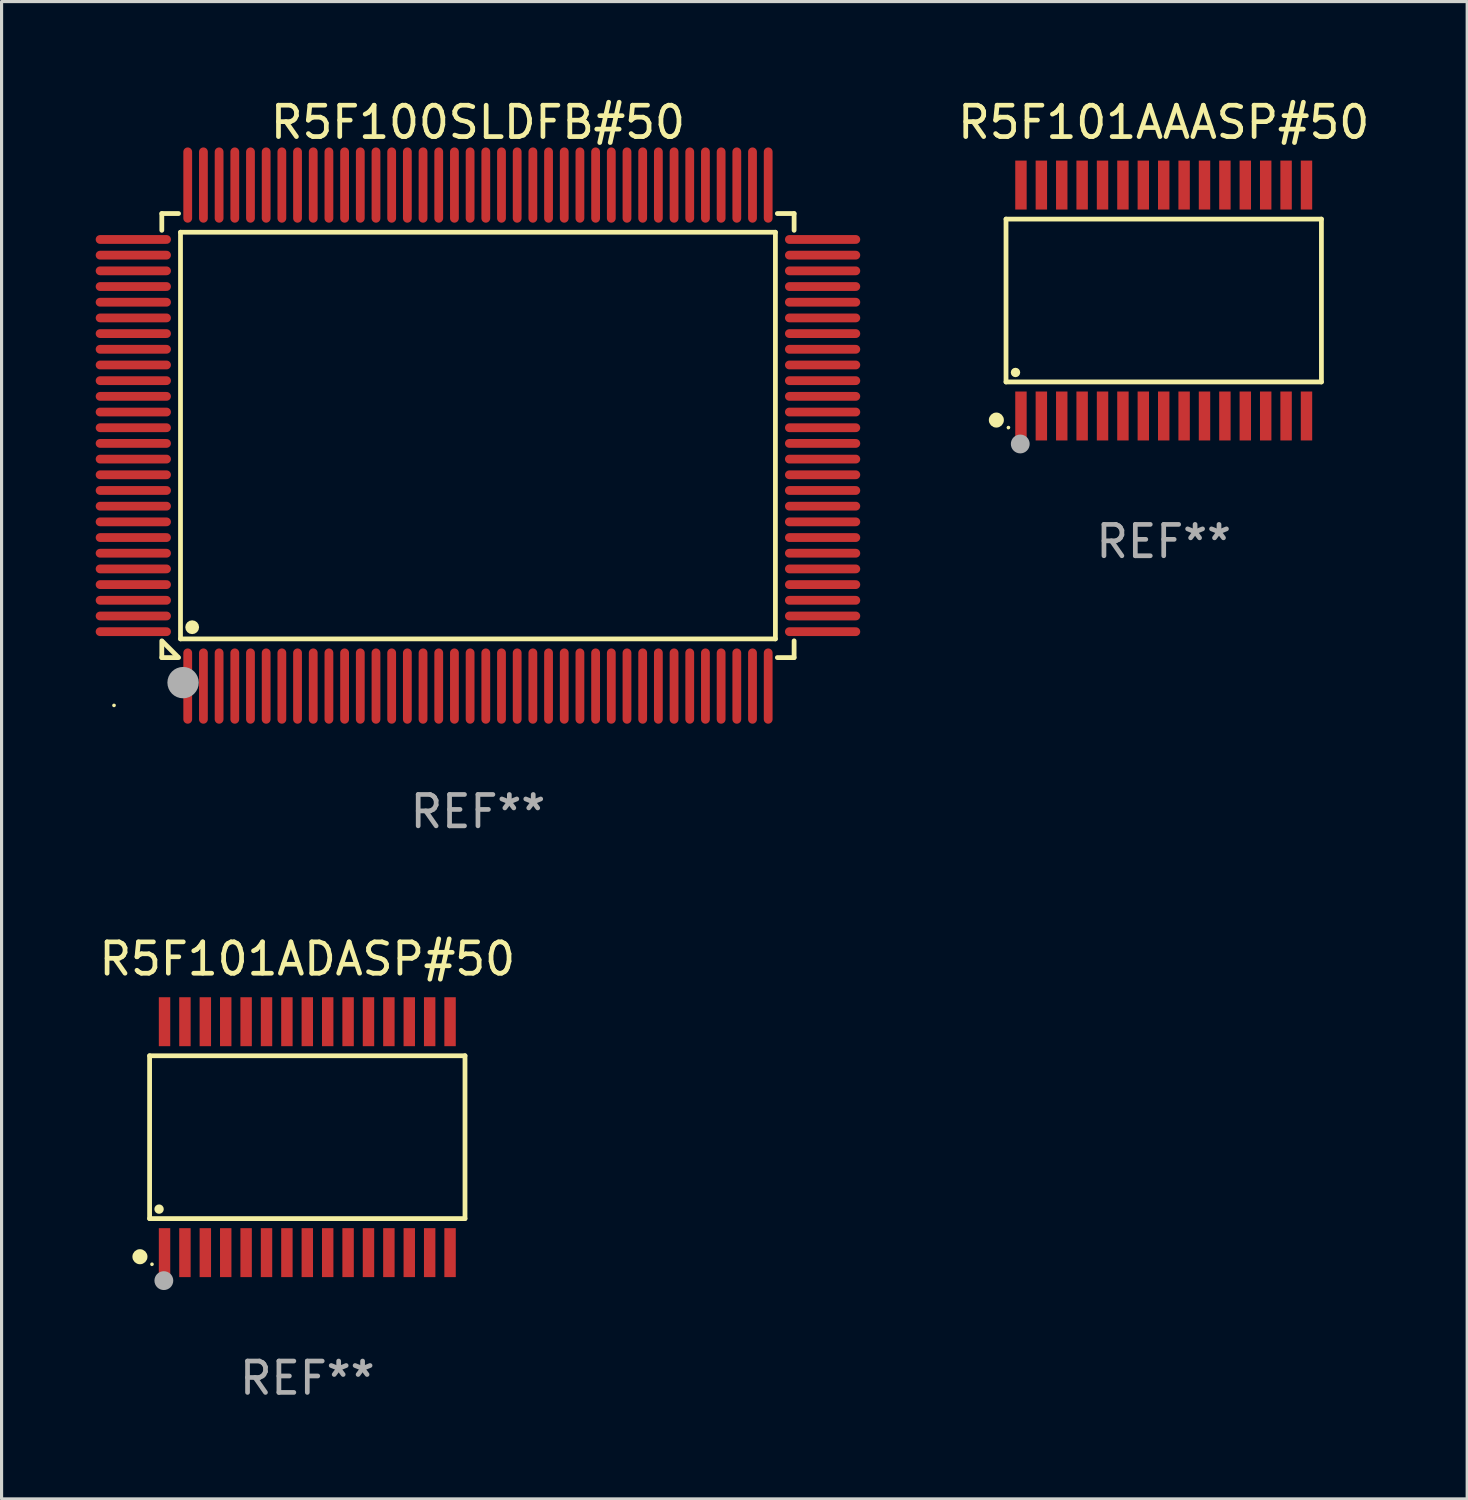
<source format=kicad_pcb>
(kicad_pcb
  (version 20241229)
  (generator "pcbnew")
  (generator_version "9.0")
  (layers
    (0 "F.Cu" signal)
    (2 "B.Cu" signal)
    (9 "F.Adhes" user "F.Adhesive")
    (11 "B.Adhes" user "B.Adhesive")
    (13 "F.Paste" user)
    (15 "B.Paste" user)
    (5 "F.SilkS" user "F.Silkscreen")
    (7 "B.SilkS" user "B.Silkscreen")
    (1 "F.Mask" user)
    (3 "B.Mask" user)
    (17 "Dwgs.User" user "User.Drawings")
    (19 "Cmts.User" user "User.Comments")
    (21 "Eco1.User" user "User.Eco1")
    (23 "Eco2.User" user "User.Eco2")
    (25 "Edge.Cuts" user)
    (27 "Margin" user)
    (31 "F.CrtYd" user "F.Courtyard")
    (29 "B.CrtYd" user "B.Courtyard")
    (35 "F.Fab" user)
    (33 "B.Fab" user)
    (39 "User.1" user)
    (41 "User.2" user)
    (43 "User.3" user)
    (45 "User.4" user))
  (footprint "R5F101AAASP#50"
    (layer "F.Cu")
    (at 34.039 6.528)
    (property "Reference" "R5F101AAASP#50" (at 0 -5.68 0) (layer "F.SilkS") (effects (font (size 1 1) (thickness 0.15))))
    (attr through_hole)
    (fp_line (start -5.026 -2.595) (end 5.026 -2.595) (stroke (width 0.152) (type solid)) (layer "F.SilkS"))
    (fp_line (start -5.026 2.595) (end -5.026 -2.595) (stroke (width 0.152) (type solid)) (layer "F.SilkS"))
    (fp_line (start 5.026 -2.595) (end 5.026 2.595) (stroke (width 0.152) (type solid)) (layer "F.SilkS"))
    (fp_line (start 5.026 2.595) (end -5.026 2.595) (stroke (width 0.152) (type solid)) (layer "F.SilkS"))
    (fp_circle (center -5.334 3.81) (end -5.214 3.81) (stroke (width 0.24) (type solid)) (fill no) (layer "F.SilkS"))
    (fp_circle (center -4.95 4.05) (end -4.92 4.05) (stroke (width 0.06) (type solid)) (fill no) (layer "F.SilkS"))
    (fp_circle (center -4.724 2.293) (end -4.649 2.293) (stroke (width 0.15) (type solid)) (fill no) (layer "F.SilkS"))
    (fp_circle (center -4.572 4.572) (end -4.422 4.572) (stroke (width 0.3) (type solid)) (fill no) (layer "F.Fab"))
    (fp_text user "REF**" (at 0 7.68 0) (layer "F.Fab") (effects (font (size 1 1) (thickness 0.15))))
    (pad "1" smd rect (at -4.55 3.68) (size 0.364 1.56) (layers "F.Cu" "F.Mask" "F.Paste"))
    (pad "2" smd rect (at -3.9 3.68) (size 0.364 1.56) (layers "F.Cu" "F.Mask" "F.Paste"))
    (pad "3" smd rect (at -3.25 3.68) (size 0.364 1.56) (layers "F.Cu" "F.Mask" "F.Paste"))
    (pad "4" smd rect (at -2.6 3.68) (size 0.364 1.56) (layers "F.Cu" "F.Mask" "F.Paste"))
    (pad "5" smd rect (at -1.95 3.68) (size 0.364 1.56) (layers "F.Cu" "F.Mask" "F.Paste"))
    (pad "6" smd rect (at -1.3 3.68) (size 0.364 1.56) (layers "F.Cu" "F.Mask" "F.Paste"))
    (pad "7" smd rect (at -0.65 3.68) (size 0.364 1.56) (layers "F.Cu" "F.Mask" "F.Paste"))
    (pad "8" smd rect (at -0.000013 3.68) (size 0.364 1.56) (layers "F.Cu" "F.Mask" "F.Paste"))
    (pad "9" smd rect (at 0.65 3.68) (size 0.364 1.56) (layers "F.Cu" "F.Mask" "F.Paste"))
    (pad "10" smd rect (at 1.3 3.68) (size 0.364 1.56) (layers "F.Cu" "F.Mask" "F.Paste"))
    (pad "11" smd rect (at 1.95 3.68) (size 0.364 1.56) (layers "F.Cu" "F.Mask" "F.Paste"))
    (pad "12" smd rect (at 2.6 3.68) (size 0.364 1.56) (layers "F.Cu" "F.Mask" "F.Paste"))
    (pad "13" smd rect (at 3.25 3.68) (size 0.364 1.56) (layers "F.Cu" "F.Mask" "F.Paste"))
    (pad "14" smd rect (at 3.9 3.68) (size 0.364 1.56) (layers "F.Cu" "F.Mask" "F.Paste"))
    (pad "15" smd rect (at 4.55 3.68) (size 0.364 1.56) (layers "F.Cu" "F.Mask" "F.Paste"))
    (pad "16" smd rect (at 4.55 -3.68) (size 0.364 1.56) (layers "F.Cu" "F.Mask" "F.Paste"))
    (pad "17" smd rect (at 3.9 -3.68) (size 0.364 1.56) (layers "F.Cu" "F.Mask" "F.Paste"))
    (pad "18" smd rect (at 3.25 -3.68) (size 0.364 1.56) (layers "F.Cu" "F.Mask" "F.Paste"))
    (pad "19" smd rect (at 2.6 -3.68) (size 0.364 1.56) (layers "F.Cu" "F.Mask" "F.Paste"))
    (pad "20" smd rect (at 1.95 -3.68) (size 0.364 1.56) (layers "F.Cu" "F.Mask" "F.Paste"))
    (pad "21" smd rect (at 1.3 -3.68) (size 0.364 1.56) (layers "F.Cu" "F.Mask" "F.Paste"))
    (pad "22" smd rect (at 0.65 -3.68) (size 0.364 1.56) (layers "F.Cu" "F.Mask" "F.Paste"))
    (pad "23" smd rect (at -0.000013 -3.68) (size 0.364 1.56) (layers "F.Cu" "F.Mask" "F.Paste"))
    (pad "24" smd rect (at -0.65 -3.68) (size 0.364 1.56) (layers "F.Cu" "F.Mask" "F.Paste"))
    (pad "25" smd rect (at -1.3 -3.68) (size 0.364 1.56) (layers "F.Cu" "F.Mask" "F.Paste"))
    (pad "26" smd rect (at -1.95 -3.68) (size 0.364 1.56) (layers "F.Cu" "F.Mask" "F.Paste"))
    (pad "27" smd rect (at -2.6 -3.68) (size 0.364 1.56) (layers "F.Cu" "F.Mask" "F.Paste"))
    (pad "28" smd rect (at -3.25 -3.68) (size 0.364 1.56) (layers "F.Cu" "F.Mask" "F.Paste"))
    (pad "29" smd rect (at -3.9 -3.68) (size 0.364 1.56) (layers "F.Cu" "F.Mask" "F.Paste"))
    (pad "30" smd rect (at -4.55 -3.68) (size 0.364 1.56) (layers "F.Cu" "F.Mask" "F.Paste")))
  (footprint "R5F100SLDFB#50"
    (layer "F.Cu")
    (at 12.183 10.832)
    (property "Reference" "R5F100SLDFB#50" (at 0 -9.984 0) (layer "F.SilkS") (effects (font (size 1 1) (thickness 0.15))))
    (attr through_hole)
    (fp_line (start -10.076 -7.076) (end -10.076 -6.542) (stroke (width 0.152) (type solid)) (layer "F.SilkS"))
    (fp_line (start -10.076 7.076) (end -10.076 6.542) (stroke (width 0.152) (type solid)) (layer "F.SilkS"))
    (fp_line (start -10.049 6.569) (end -9.569 7.049) (stroke (width 0.152) (type solid)) (layer "F.SilkS"))
    (fp_line (start -9.542 -7.076) (end -10.076 -7.076) (stroke (width 0.152) (type solid)) (layer "F.SilkS"))
    (fp_line (start -9.542 7.076) (end -10.076 7.076) (stroke (width 0.152) (type solid)) (layer "F.SilkS"))
    (fp_line (start -9.48 -6.48) (end 9.48 -6.48) (stroke (width 0.152) (type solid)) (layer "F.SilkS"))
    (fp_line (start -9.48 6.48) (end -9.48 -6.48) (stroke (width 0.152) (type solid)) (layer "F.SilkS"))
    (fp_line (start 9.48 -6.48) (end 9.48 6.48) (stroke (width 0.152) (type solid)) (layer "F.SilkS"))
    (fp_line (start 9.48 6.48) (end -9.48 6.48) (stroke (width 0.152) (type solid)) (layer "F.SilkS"))
    (fp_line (start 9.542 -7.076) (end 10.076 -7.076) (stroke (width 0.152) (type solid)) (layer "F.SilkS"))
    (fp_line (start 9.542 7.076) (end 10.076 7.076) (stroke (width 0.152) (type solid)) (layer "F.SilkS"))
    (fp_line (start 10.076 -7.076) (end 10.076 -6.542) (stroke (width 0.152) (type solid)) (layer "F.SilkS"))
    (fp_line (start 10.076 7.076) (end 10.076 6.542) (stroke (width 0.152) (type solid)) (layer "F.SilkS"))
    (fp_circle (center -11.6 8.6) (end -11.57 8.6) (stroke (width 0.06) (type solid)) (fill no) (layer "F.SilkS"))
    (fp_circle (center -9.108 6.108) (end -8.998 6.108) (stroke (width 0.22) (type solid)) (fill no) (layer "F.SilkS"))
    (fp_circle (center -9.398 7.874) (end -9.148 7.874) (stroke (width 0.5) (type solid)) (fill no) (layer "F.Fab"))
    (fp_text user "REF**" (at 0 11.984 0) (layer "F.Fab") (effects (font (size 1 1) (thickness 0.15))))
    (pad "1" smd oval (at -9.25 7.984) (size 0.28 2.398) (layers "F.Cu" "F.Mask" "F.Paste"))
    (pad "2" smd oval (at -8.75 7.984) (size 0.28 2.398) (layers "F.Cu" "F.Mask" "F.Paste"))
    (pad "3" smd oval (at -8.25 7.984) (size 0.28 2.398) (layers "F.Cu" "F.Mask" "F.Paste"))
    (pad "4" smd oval (at -7.75 7.984) (size 0.28 2.398) (layers "F.Cu" "F.Mask" "F.Paste"))
    (pad "5" smd oval (at -7.25 7.984) (size 0.28 2.398) (layers "F.Cu" "F.Mask" "F.Paste"))
    (pad "6" smd oval (at -6.75 7.984) (size 0.28 2.398) (layers "F.Cu" "F.Mask" "F.Paste"))
    (pad "7" smd oval (at -6.25 7.984) (size 0.28 2.398) (layers "F.Cu" "F.Mask" "F.Paste"))
    (pad "8" smd oval (at -5.75 7.984) (size 0.28 2.398) (layers "F.Cu" "F.Mask" "F.Paste"))
    (pad "9" smd oval (at -5.25 7.984) (size 0.28 2.398) (layers "F.Cu" "F.Mask" "F.Paste"))
    (pad "10" smd oval (at -4.75 7.984) (size 0.28 2.398) (layers "F.Cu" "F.Mask" "F.Paste"))
    (pad "11" smd oval (at -4.25 7.984) (size 0.28 2.398) (layers "F.Cu" "F.Mask" "F.Paste"))
    (pad "12" smd oval (at -3.75 7.984) (size 0.28 2.398) (layers "F.Cu" "F.Mask" "F.Paste"))
    (pad "13" smd oval (at -3.25 7.984) (size 0.28 2.398) (layers "F.Cu" "F.Mask" "F.Paste"))
    (pad "14" smd oval (at -2.75 7.984) (size 0.28 2.398) (layers "F.Cu" "F.Mask" "F.Paste"))
    (pad "15" smd oval (at -2.25 7.984) (size 0.28 2.398) (layers "F.Cu" "F.Mask" "F.Paste"))
    (pad "16" smd oval (at -1.75 7.984) (size 0.28 2.398) (layers "F.Cu" "F.Mask" "F.Paste"))
    (pad "17" smd oval (at -1.25 7.984) (size 0.28 2.398) (layers "F.Cu" "F.Mask" "F.Paste"))
    (pad "18" smd oval (at -0.75 7.984) (size 0.28 2.398) (layers "F.Cu" "F.Mask" "F.Paste"))
    (pad "19" smd oval (at -0.25 7.984) (size 0.28 2.398) (layers "F.Cu" "F.Mask" "F.Paste"))
    (pad "20" smd oval (at 0.25 7.984) (size 0.28 2.398) (layers "F.Cu" "F.Mask" "F.Paste"))
    (pad "21" smd oval (at 0.75 7.984) (size 0.28 2.398) (layers "F.Cu" "F.Mask" "F.Paste"))
    (pad "22" smd oval (at 1.25 7.984) (size 0.28 2.398) (layers "F.Cu" "F.Mask" "F.Paste"))
    (pad "23" smd oval (at 1.75 7.984) (size 0.28 2.398) (layers "F.Cu" "F.Mask" "F.Paste"))
    (pad "24" smd oval (at 2.25 7.984) (size 0.28 2.398) (layers "F.Cu" "F.Mask" "F.Paste"))
    (pad "25" smd oval (at 2.75 7.984) (size 0.28 2.398) (layers "F.Cu" "F.Mask" "F.Paste"))
    (pad "26" smd oval (at 3.25 7.984) (size 0.28 2.398) (layers "F.Cu" "F.Mask" "F.Paste"))
    (pad "27" smd oval (at 3.75 7.984) (size 0.28 2.398) (layers "F.Cu" "F.Mask" "F.Paste"))
    (pad "28" smd oval (at 4.25 7.984) (size 0.28 2.398) (layers "F.Cu" "F.Mask" "F.Paste"))
    (pad "29" smd oval (at 4.75 7.984) (size 0.28 2.398) (layers "F.Cu" "F.Mask" "F.Paste"))
    (pad "30" smd oval (at 5.25 7.984) (size 0.28 2.398) (layers "F.Cu" "F.Mask" "F.Paste"))
    (pad "31" smd oval (at 5.75 7.984) (size 0.28 2.398) (layers "F.Cu" "F.Mask" "F.Paste"))
    (pad "32" smd oval (at 6.25 7.984) (size 0.28 2.398) (layers "F.Cu" "F.Mask" "F.Paste"))
    (pad "33" smd oval (at 6.75 7.984) (size 0.28 2.398) (layers "F.Cu" "F.Mask" "F.Paste"))
    (pad "34" smd oval (at 7.25 7.984) (size 0.28 2.398) (layers "F.Cu" "F.Mask" "F.Paste"))
    (pad "35" smd oval (at 7.75 7.984) (size 0.28 2.398) (layers "F.Cu" "F.Mask" "F.Paste"))
    (pad "36" smd oval (at 8.25 7.984) (size 0.28 2.398) (layers "F.Cu" "F.Mask" "F.Paste"))
    (pad "37" smd oval (at 8.75 7.984) (size 0.28 2.398) (layers "F.Cu" "F.Mask" "F.Paste"))
    (pad "38" smd oval (at 9.25 7.984) (size 0.28 2.398) (layers "F.Cu" "F.Mask" "F.Paste"))
    (pad "39" smd oval (at 10.984 6.25) (size 2.398 0.28) (layers "F.Cu" "F.Mask" "F.Paste"))
    (pad "40" smd oval (at 10.984 5.75) (size 2.398 0.28) (layers "F.Cu" "F.Mask" "F.Paste"))
    (pad "41" smd oval (at 10.984 5.25) (size 2.398 0.28) (layers "F.Cu" "F.Mask" "F.Paste"))
    (pad "42" smd oval (at 10.984 4.75) (size 2.398 0.28) (layers "F.Cu" "F.Mask" "F.Paste"))
    (pad "43" smd oval (at 10.984 4.25) (size 2.398 0.28) (layers "F.Cu" "F.Mask" "F.Paste"))
    (pad "44" smd oval (at 10.984 3.75) (size 2.398 0.28) (layers "F.Cu" "F.Mask" "F.Paste"))
    (pad "45" smd oval (at 10.984 3.25) (size 2.398 0.28) (layers "F.Cu" "F.Mask" "F.Paste"))
    (pad "46" smd oval (at 10.984 2.75) (size 2.398 0.28) (layers "F.Cu" "F.Mask" "F.Paste"))
    (pad "47" smd oval (at 10.984 2.25) (size 2.398 0.28) (layers "F.Cu" "F.Mask" "F.Paste"))
    (pad "48" smd oval (at 10.984 1.75) (size 2.398 0.28) (layers "F.Cu" "F.Mask" "F.Paste"))
    (pad "49" smd oval (at 10.984 1.25) (size 2.398 0.28) (layers "F.Cu" "F.Mask" "F.Paste"))
    (pad "50" smd oval (at 10.984 0.75) (size 2.398 0.28) (layers "F.Cu" "F.Mask" "F.Paste"))
    (pad "51" smd oval (at 10.984 0.25) (size 2.398 0.28) (layers "F.Cu" "F.Mask" "F.Paste"))
    (pad "52" smd oval (at 10.984 -0.25) (size 2.398 0.28) (layers "F.Cu" "F.Mask" "F.Paste"))
    (pad "53" smd oval (at 10.984 -0.75) (size 2.398 0.28) (layers "F.Cu" "F.Mask" "F.Paste"))
    (pad "54" smd oval (at 10.984 -1.25) (size 2.398 0.28) (layers "F.Cu" "F.Mask" "F.Paste"))
    (pad "55" smd oval (at 10.984 -1.75) (size 2.398 0.28) (layers "F.Cu" "F.Mask" "F.Paste"))
    (pad "56" smd oval (at 10.984 -2.25) (size 2.398 0.28) (layers "F.Cu" "F.Mask" "F.Paste"))
    (pad "57" smd oval (at 10.984 -2.75) (size 2.398 0.28) (layers "F.Cu" "F.Mask" "F.Paste"))
    (pad "58" smd oval (at 10.984 -3.25) (size 2.398 0.28) (layers "F.Cu" "F.Mask" "F.Paste"))
    (pad "59" smd oval (at 10.984 -3.75) (size 2.398 0.28) (layers "F.Cu" "F.Mask" "F.Paste"))
    (pad "60" smd oval (at 10.984 -4.25) (size 2.398 0.28) (layers "F.Cu" "F.Mask" "F.Paste"))
    (pad "61" smd oval (at 10.984 -4.75) (size 2.398 0.28) (layers "F.Cu" "F.Mask" "F.Paste"))
    (pad "62" smd oval (at 10.984 -5.25) (size 2.398 0.28) (layers "F.Cu" "F.Mask" "F.Paste"))
    (pad "63" smd oval (at 10.984 -5.75) (size 2.398 0.28) (layers "F.Cu" "F.Mask" "F.Paste"))
    (pad "64" smd oval (at 10.984 -6.25) (size 2.398 0.28) (layers "F.Cu" "F.Mask" "F.Paste"))
    (pad "65" smd oval (at 9.25 -7.984) (size 0.28 2.398) (layers "F.Cu" "F.Mask" "F.Paste"))
    (pad "66" smd oval (at 8.75 -7.984) (size 0.28 2.398) (layers "F.Cu" "F.Mask" "F.Paste"))
    (pad "67" smd oval (at 8.25 -7.984) (size 0.28 2.398) (layers "F.Cu" "F.Mask" "F.Paste"))
    (pad "68" smd oval (at 7.75 -7.984) (size 0.28 2.398) (layers "F.Cu" "F.Mask" "F.Paste"))
    (pad "69" smd oval (at 7.25 -7.984) (size 0.28 2.398) (layers "F.Cu" "F.Mask" "F.Paste"))
    (pad "70" smd oval (at 6.75 -7.984) (size 0.28 2.398) (layers "F.Cu" "F.Mask" "F.Paste"))
    (pad "71" smd oval (at 6.25 -7.984) (size 0.28 2.398) (layers "F.Cu" "F.Mask" "F.Paste"))
    (pad "72" smd oval (at 5.75 -7.984) (size 0.28 2.398) (layers "F.Cu" "F.Mask" "F.Paste"))
    (pad "73" smd oval (at 5.25 -7.984) (size 0.28 2.398) (layers "F.Cu" "F.Mask" "F.Paste"))
    (pad "74" smd oval (at 4.75 -7.984) (size 0.28 2.398) (layers "F.Cu" "F.Mask" "F.Paste"))
    (pad "75" smd oval (at 4.25 -7.984) (size 0.28 2.398) (layers "F.Cu" "F.Mask" "F.Paste"))
    (pad "76" smd oval (at 3.75 -7.984) (size 0.28 2.398) (layers "F.Cu" "F.Mask" "F.Paste"))
    (pad "77" smd oval (at 3.25 -7.984) (size 0.28 2.398) (layers "F.Cu" "F.Mask" "F.Paste"))
    (pad "78" smd oval (at 2.75 -7.984) (size 0.28 2.398) (layers "F.Cu" "F.Mask" "F.Paste"))
    (pad "79" smd oval (at 2.25 -7.984) (size 0.28 2.398) (layers "F.Cu" "F.Mask" "F.Paste"))
    (pad "80" smd oval (at 1.75 -7.984) (size 0.28 2.398) (layers "F.Cu" "F.Mask" "F.Paste"))
    (pad "81" smd oval (at 1.25 -7.984) (size 0.28 2.398) (layers "F.Cu" "F.Mask" "F.Paste"))
    (pad "82" smd oval (at 0.75 -7.984) (size 0.28 2.398) (layers "F.Cu" "F.Mask" "F.Paste"))
    (pad "83" smd oval (at 0.25 -7.984) (size 0.28 2.398) (layers "F.Cu" "F.Mask" "F.Paste"))
    (pad "84" smd oval (at -0.25 -7.984) (size 0.28 2.398) (layers "F.Cu" "F.Mask" "F.Paste"))
    (pad "85" smd oval (at -0.75 -7.984) (size 0.28 2.398) (layers "F.Cu" "F.Mask" "F.Paste"))
    (pad "86" smd oval (at -1.25 -7.984) (size 0.28 2.398) (layers "F.Cu" "F.Mask" "F.Paste"))
    (pad "87" smd oval (at -1.75 -7.984) (size 0.28 2.398) (layers "F.Cu" "F.Mask" "F.Paste"))
    (pad "88" smd oval (at -2.25 -7.984) (size 0.28 2.398) (layers "F.Cu" "F.Mask" "F.Paste"))
    (pad "89" smd oval (at -2.75 -7.984) (size 0.28 2.398) (layers "F.Cu" "F.Mask" "F.Paste"))
    (pad "90" smd oval (at -3.25 -7.984) (size 0.28 2.398) (layers "F.Cu" "F.Mask" "F.Paste"))
    (pad "91" smd oval (at -3.75 -7.984) (size 0.28 2.398) (layers "F.Cu" "F.Mask" "F.Paste"))
    (pad "92" smd oval (at -4.25 -7.984) (size 0.28 2.398) (layers "F.Cu" "F.Mask" "F.Paste"))
    (pad "93" smd oval (at -4.75 -7.984) (size 0.28 2.398) (layers "F.Cu" "F.Mask" "F.Paste"))
    (pad "94" smd oval (at -5.25 -7.984) (size 0.28 2.398) (layers "F.Cu" "F.Mask" "F.Paste"))
    (pad "95" smd oval (at -5.75 -7.984) (size 0.28 2.398) (layers "F.Cu" "F.Mask" "F.Paste"))
    (pad "96" smd oval (at -6.25 -7.984) (size 0.28 2.398) (layers "F.Cu" "F.Mask" "F.Paste"))
    (pad "97" smd oval (at -6.75 -7.984) (size 0.28 2.398) (layers "F.Cu" "F.Mask" "F.Paste"))
    (pad "98" smd oval (at -7.25 -7.984) (size 0.28 2.398) (layers "F.Cu" "F.Mask" "F.Paste"))
    (pad "99" smd oval (at -7.75 -7.984) (size 0.28 2.398) (layers "F.Cu" "F.Mask" "F.Paste"))
    (pad "100" smd oval (at -8.25 -7.984) (size 0.28 2.398) (layers "F.Cu" "F.Mask" "F.Paste"))
    (pad "101" smd oval (at -8.75 -7.984) (size 0.28 2.398) (layers "F.Cu" "F.Mask" "F.Paste"))
    (pad "102" smd oval (at -9.25 -7.984) (size 0.28 2.398) (layers "F.Cu" "F.Mask" "F.Paste"))
    (pad "103" smd oval (at -10.984 -6.25) (size 2.398 0.28) (layers "F.Cu" "F.Mask" "F.Paste"))
    (pad "104" smd oval (at -10.984 -5.75) (size 2.398 0.28) (layers "F.Cu" "F.Mask" "F.Paste"))
    (pad "105" smd oval (at -10.984 -5.25) (size 2.398 0.28) (layers "F.Cu" "F.Mask" "F.Paste"))
    (pad "106" smd oval (at -10.984 -4.75) (size 2.398 0.28) (layers "F.Cu" "F.Mask" "F.Paste"))
    (pad "107" smd oval (at -10.984 -4.25) (size 2.398 0.28) (layers "F.Cu" "F.Mask" "F.Paste"))
    (pad "108" smd oval (at -10.984 -3.75) (size 2.398 0.28) (layers "F.Cu" "F.Mask" "F.Paste"))
    (pad "109" smd oval (at -10.984 -3.25) (size 2.398 0.28) (layers "F.Cu" "F.Mask" "F.Paste"))
    (pad "110" smd oval (at -10.984 -2.75) (size 2.398 0.28) (layers "F.Cu" "F.Mask" "F.Paste"))
    (pad "111" smd oval (at -10.984 -2.25) (size 2.398 0.28) (layers "F.Cu" "F.Mask" "F.Paste"))
    (pad "112" smd oval (at -10.984 -1.75) (size 2.398 0.28) (layers "F.Cu" "F.Mask" "F.Paste"))
    (pad "113" smd oval (at -10.984 -1.25) (size 2.398 0.28) (layers "F.Cu" "F.Mask" "F.Paste"))
    (pad "114" smd oval (at -10.984 -0.75) (size 2.398 0.28) (layers "F.Cu" "F.Mask" "F.Paste"))
    (pad "115" smd oval (at -10.984 -0.25) (size 2.398 0.28) (layers "F.Cu" "F.Mask" "F.Paste"))
    (pad "116" smd oval (at -10.984 0.25) (size 2.398 0.28) (layers "F.Cu" "F.Mask" "F.Paste"))
    (pad "117" smd oval (at -10.984 0.75) (size 2.398 0.28) (layers "F.Cu" "F.Mask" "F.Paste"))
    (pad "118" smd oval (at -10.984 1.25) (size 2.398 0.28) (layers "F.Cu" "F.Mask" "F.Paste"))
    (pad "119" smd oval (at -10.984 1.75) (size 2.398 0.28) (layers "F.Cu" "F.Mask" "F.Paste"))
    (pad "120" smd oval (at -10.984 2.25) (size 2.398 0.28) (layers "F.Cu" "F.Mask" "F.Paste"))
    (pad "121" smd oval (at -10.984 2.75) (size 2.398 0.28) (layers "F.Cu" "F.Mask" "F.Paste"))
    (pad "122" smd oval (at -10.984 3.25) (size 2.398 0.28) (layers "F.Cu" "F.Mask" "F.Paste"))
    (pad "123" smd oval (at -10.984 3.75) (size 2.398 0.28) (layers "F.Cu" "F.Mask" "F.Paste"))
    (pad "124" smd oval (at -10.984 4.25) (size 2.398 0.28) (layers "F.Cu" "F.Mask" "F.Paste"))
    (pad "125" smd oval (at -10.984 4.75) (size 2.398 0.28) (layers "F.Cu" "F.Mask" "F.Paste"))
    (pad "126" smd oval (at -10.984 5.25) (size 2.398 0.28) (layers "F.Cu" "F.Mask" "F.Paste"))
    (pad "127" smd oval (at -10.984 5.75) (size 2.398 0.28) (layers "F.Cu" "F.Mask" "F.Paste"))
    (pad "128" smd oval (at -10.984 6.25) (size 2.398 0.28) (layers "F.Cu" "F.Mask" "F.Paste")))
  (footprint "R5F101ADASP#50"
    (layer "F.Cu")
    (at 6.744 33.193)
    (property "Reference" "R5F101ADASP#50" (at 0 -5.68 0) (layer "F.SilkS") (effects (font (size 1 1) (thickness 0.15))))
    (attr through_hole)
    (fp_line (start -5.026 -2.595) (end 5.026 -2.595) (stroke (width 0.152) (type solid)) (layer "F.SilkS"))
    (fp_line (start -5.026 2.595) (end -5.026 -2.595) (stroke (width 0.152) (type solid)) (layer "F.SilkS"))
    (fp_line (start 5.026 -2.595) (end 5.026 2.595) (stroke (width 0.152) (type solid)) (layer "F.SilkS"))
    (fp_line (start 5.026 2.595) (end -5.026 2.595) (stroke (width 0.152) (type solid)) (layer "F.SilkS"))
    (fp_circle (center -5.334 3.81) (end -5.214 3.81) (stroke (width 0.24) (type solid)) (fill no) (layer "F.SilkS"))
    (fp_circle (center -4.95 4.05) (end -4.92 4.05) (stroke (width 0.06) (type solid)) (fill no) (layer "F.SilkS"))
    (fp_circle (center -4.724 2.293) (end -4.649 2.293) (stroke (width 0.15) (type solid)) (fill no) (layer "F.SilkS"))
    (fp_circle (center -4.572 4.572) (end -4.422 4.572) (stroke (width 0.3) (type solid)) (fill no) (layer "F.Fab"))
    (fp_text user "REF**" (at 0 7.68 0) (layer "F.Fab") (effects (font (size 1 1) (thickness 0.15))))
    (pad "1" smd rect (at -4.55 3.68) (size 0.364 1.56) (layers "F.Cu" "F.Mask" "F.Paste"))
    (pad "2" smd rect (at -3.9 3.68) (size 0.364 1.56) (layers "F.Cu" "F.Mask" "F.Paste"))
    (pad "3" smd rect (at -3.25 3.68) (size 0.364 1.56) (layers "F.Cu" "F.Mask" "F.Paste"))
    (pad "4" smd rect (at -2.6 3.68) (size 0.364 1.56) (layers "F.Cu" "F.Mask" "F.Paste"))
    (pad "5" smd rect (at -1.95 3.68) (size 0.364 1.56) (layers "F.Cu" "F.Mask" "F.Paste"))
    (pad "6" smd rect (at -1.3 3.68) (size 0.364 1.56) (layers "F.Cu" "F.Mask" "F.Paste"))
    (pad "7" smd rect (at -0.65 3.68) (size 0.364 1.56) (layers "F.Cu" "F.Mask" "F.Paste"))
    (pad "8" smd rect (at -0.000013 3.68) (size 0.364 1.56) (layers "F.Cu" "F.Mask" "F.Paste"))
    (pad "9" smd rect (at 0.65 3.68) (size 0.364 1.56) (layers "F.Cu" "F.Mask" "F.Paste"))
    (pad "10" smd rect (at 1.3 3.68) (size 0.364 1.56) (layers "F.Cu" "F.Mask" "F.Paste"))
    (pad "11" smd rect (at 1.95 3.68) (size 0.364 1.56) (layers "F.Cu" "F.Mask" "F.Paste"))
    (pad "12" smd rect (at 2.6 3.68) (size 0.364 1.56) (layers "F.Cu" "F.Mask" "F.Paste"))
    (pad "13" smd rect (at 3.25 3.68) (size 0.364 1.56) (layers "F.Cu" "F.Mask" "F.Paste"))
    (pad "14" smd rect (at 3.9 3.68) (size 0.364 1.56) (layers "F.Cu" "F.Mask" "F.Paste"))
    (pad "15" smd rect (at 4.55 3.68) (size 0.364 1.56) (layers "F.Cu" "F.Mask" "F.Paste"))
    (pad "16" smd rect (at 4.55 -3.68) (size 0.364 1.56) (layers "F.Cu" "F.Mask" "F.Paste"))
    (pad "17" smd rect (at 3.9 -3.68) (size 0.364 1.56) (layers "F.Cu" "F.Mask" "F.Paste"))
    (pad "18" smd rect (at 3.25 -3.68) (size 0.364 1.56) (layers "F.Cu" "F.Mask" "F.Paste"))
    (pad "19" smd rect (at 2.6 -3.68) (size 0.364 1.56) (layers "F.Cu" "F.Mask" "F.Paste"))
    (pad "20" smd rect (at 1.95 -3.68) (size 0.364 1.56) (layers "F.Cu" "F.Mask" "F.Paste"))
    (pad "21" smd rect (at 1.3 -3.68) (size 0.364 1.56) (layers "F.Cu" "F.Mask" "F.Paste"))
    (pad "22" smd rect (at 0.65 -3.68) (size 0.364 1.56) (layers "F.Cu" "F.Mask" "F.Paste"))
    (pad "23" smd rect (at -0.000013 -3.68) (size 0.364 1.56) (layers "F.Cu" "F.Mask" "F.Paste"))
    (pad "24" smd rect (at -0.65 -3.68) (size 0.364 1.56) (layers "F.Cu" "F.Mask" "F.Paste"))
    (pad "25" smd rect (at -1.3 -3.68) (size 0.364 1.56) (layers "F.Cu" "F.Mask" "F.Paste"))
    (pad "26" smd rect (at -1.95 -3.68) (size 0.364 1.56) (layers "F.Cu" "F.Mask" "F.Paste"))
    (pad "27" smd rect (at -2.6 -3.68) (size 0.364 1.56) (layers "F.Cu" "F.Mask" "F.Paste"))
    (pad "28" smd rect (at -3.25 -3.68) (size 0.364 1.56) (layers "F.Cu" "F.Mask" "F.Paste"))
    (pad "29" smd rect (at -3.9 -3.68) (size 0.364 1.56) (layers "F.Cu" "F.Mask" "F.Paste"))
    (pad "30" smd rect (at -4.55 -3.68) (size 0.364 1.56) (layers "F.Cu" "F.Mask" "F.Paste")))
  (gr_rect
    (start -3 -3)
    (end 43.711 44.721)
    (stroke (width 0.1) (type default))
    (fill no)
    (layer "Edge.Cuts")))
</source>
